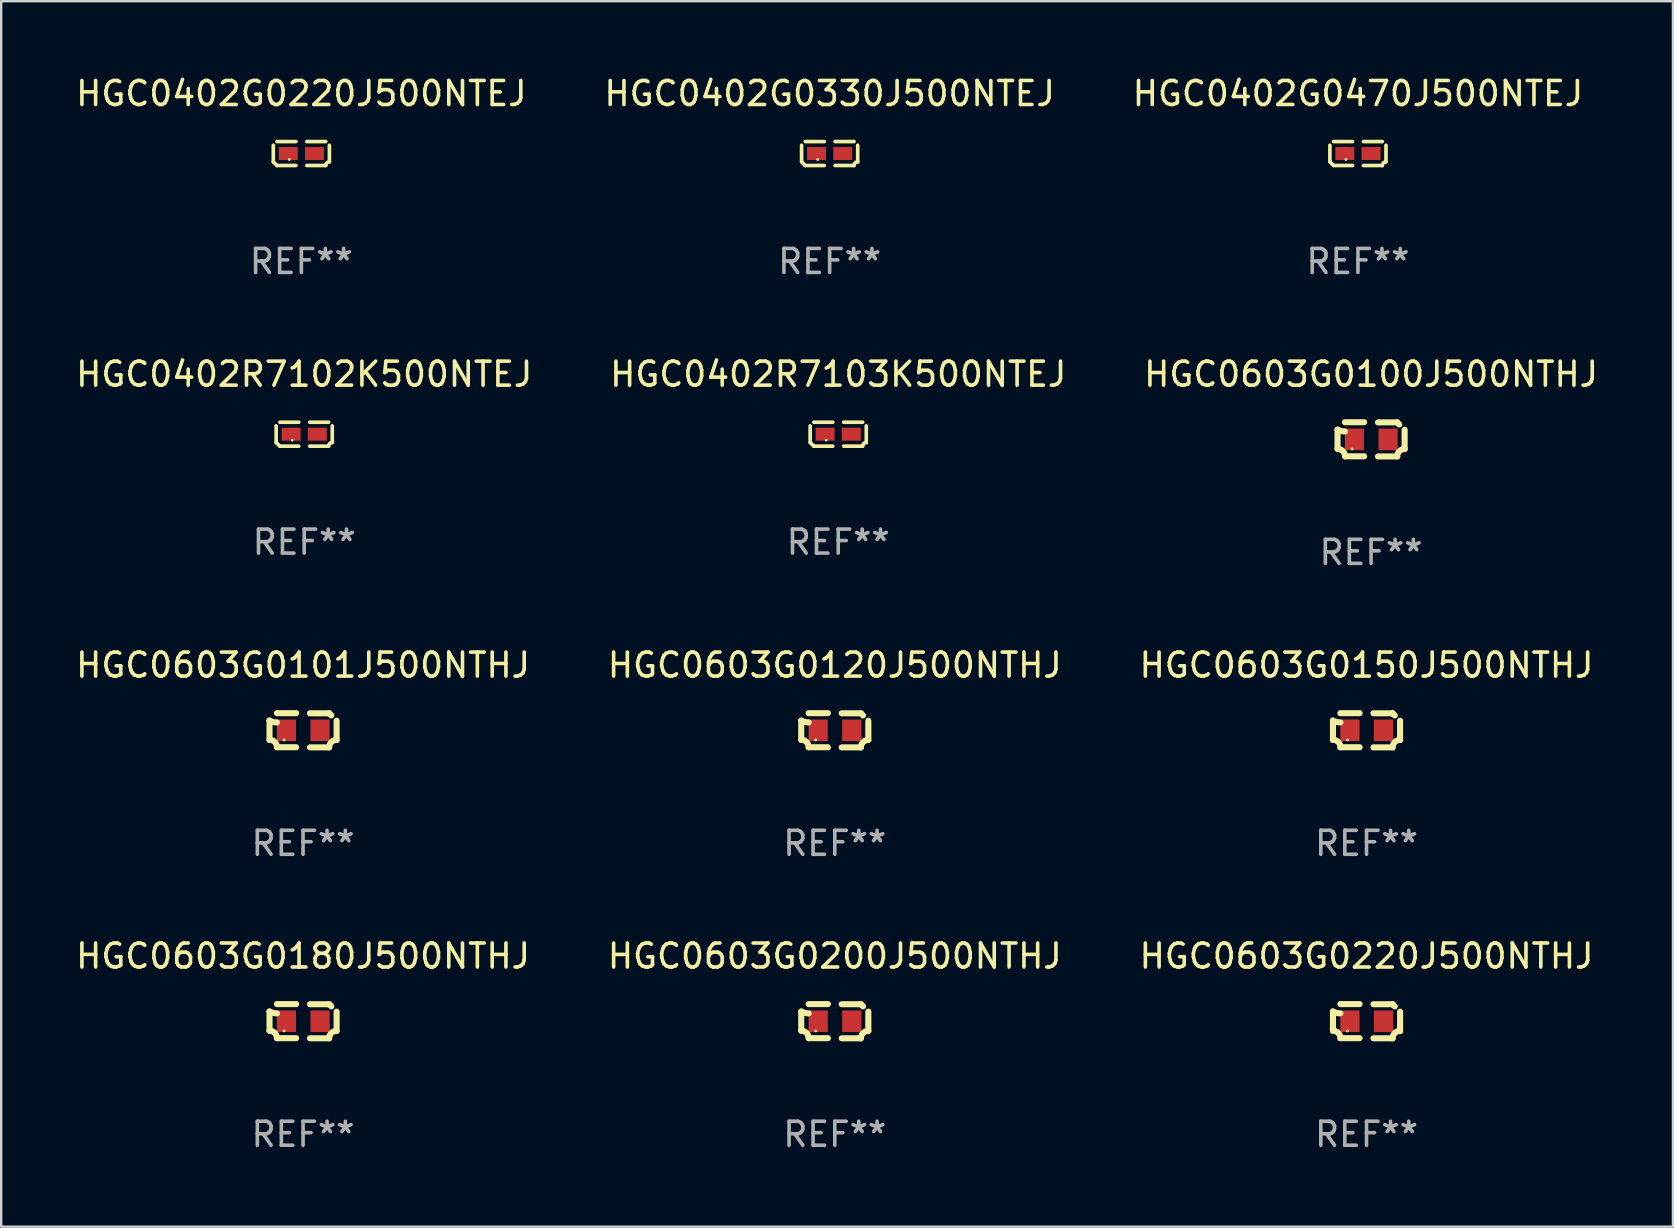
<source format=kicad_pcb>
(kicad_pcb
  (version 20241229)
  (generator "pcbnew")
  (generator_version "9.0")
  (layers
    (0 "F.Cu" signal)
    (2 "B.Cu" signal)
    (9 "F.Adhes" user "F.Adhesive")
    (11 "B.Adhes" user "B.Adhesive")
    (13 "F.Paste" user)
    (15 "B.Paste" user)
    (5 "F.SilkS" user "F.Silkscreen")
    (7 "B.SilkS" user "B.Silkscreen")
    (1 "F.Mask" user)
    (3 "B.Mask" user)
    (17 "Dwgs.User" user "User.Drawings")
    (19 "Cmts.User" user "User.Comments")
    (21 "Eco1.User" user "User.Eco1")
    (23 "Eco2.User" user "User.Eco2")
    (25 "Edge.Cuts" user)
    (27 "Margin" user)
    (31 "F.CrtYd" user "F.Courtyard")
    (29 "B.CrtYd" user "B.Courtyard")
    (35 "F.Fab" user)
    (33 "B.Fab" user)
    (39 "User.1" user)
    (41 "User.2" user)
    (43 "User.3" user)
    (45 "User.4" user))
  (footprint "HGC0603G0200J500NTHJ"
    (layer "F.Cu")
    (at 31.732 39.499)
    (property "Reference" "HGC0603G0200J500NTHJ" (at 0 -2.713 0) (layer "F.SilkS") (effects (font (size 1 1) (thickness 0.15))))
    (attr through_hole)
    (fp_line (start -1.398 -0.403) (end -1.398 0.397) (stroke (width 0.254) (type solid)) (layer "F.SilkS"))
    (fp_line (start -0.288 -0.713) (end -1.088 -0.713) (stroke (width 0.254) (type solid)) (layer "F.SilkS"))
    (fp_line (start -0.288 0.707) (end -1.088 0.707) (stroke (width 0.254) (type solid)) (layer "F.SilkS"))
    (fp_line (start 0.288 -0.707) (end 1.088 -0.707) (stroke (width 0.254) (type solid)) (layer "F.SilkS"))
    (fp_line (start 0.288 0.713) (end 1.088 0.713) (stroke (width 0.254) (type solid)) (layer "F.SilkS"))
    (fp_line (start 1.398 -0.397) (end 1.398 0.403) (stroke (width 0.254) (type solid)) (layer "F.SilkS"))
    (fp_arc (start -1.397789 0.397066) (mid -1.178701 0.487826) (end -1.08796 0.706922) (stroke (width 0.254001) (type solid)) (layer "F.SilkS"))
    (fp_arc (start -1.08796 -0.327176) (mid -1.247436 -0.346384) (end -1.39779 -0.402908) (stroke (width 0.254001) (type solid)) (layer "F.SilkS"))
    (fp_arc (start 1.087909 0.712738) (mid 1.178656 0.493655) (end 1.397739 0.402908) (stroke (width 0.254001) (type solid)) (layer "F.SilkS"))
    (fp_arc (start 1.175925 -0.618926) (mid 1.131917 -0.662923) (end 1.08791 -0.706922) (stroke (width 0.254001) (type solid)) (layer "F.SilkS"))
    (fp_circle (center -0.792 0.403) (end -0.762 0.403) (stroke (width 0.06) (type solid)) (fill no) (layer "F.SilkS"))
    (fp_text user "REF**" (at 0 4.713 0) (layer "F.Fab") (effects (font (size 1 1) (thickness 0.15))))
    (pad "1" smd rect (at -0.692 0.003) (size 0.8 0.9) (layers "F.Cu" "F.Mask" "F.Paste"))
    (pad "2" smd rect (at 0.708 0.003) (size 0.8 0.9) (layers "F.Cu" "F.Mask" "F.Paste")))
  (footprint "HGC0603G0150J500NTHJ"
    (layer "F.Cu")
    (at 53.887 27.377)
    (property "Reference" "HGC0603G0150J500NTHJ" (at 0 -2.713 0) (layer "F.SilkS") (effects (font (size 1 1) (thickness 0.15))))
    (attr through_hole)
    (fp_line (start -1.398 -0.403) (end -1.398 0.397) (stroke (width 0.254) (type solid)) (layer "F.SilkS"))
    (fp_line (start -0.288 -0.713) (end -1.088 -0.713) (stroke (width 0.254) (type solid)) (layer "F.SilkS"))
    (fp_line (start -0.288 0.707) (end -1.088 0.707) (stroke (width 0.254) (type solid)) (layer "F.SilkS"))
    (fp_line (start 0.288 -0.707) (end 1.088 -0.707) (stroke (width 0.254) (type solid)) (layer "F.SilkS"))
    (fp_line (start 0.288 0.713) (end 1.088 0.713) (stroke (width 0.254) (type solid)) (layer "F.SilkS"))
    (fp_line (start 1.398 -0.397) (end 1.398 0.403) (stroke (width 0.254) (type solid)) (layer "F.SilkS"))
    (fp_arc (start -1.397789 0.397066) (mid -1.178701 0.487826) (end -1.08796 0.706922) (stroke (width 0.254001) (type solid)) (layer "F.SilkS"))
    (fp_arc (start -1.08796 -0.327176) (mid -1.247436 -0.346384) (end -1.39779 -0.402908) (stroke (width 0.254001) (type solid)) (layer "F.SilkS"))
    (fp_arc (start 1.087909 0.712738) (mid 1.178656 0.493655) (end 1.397739 0.402908) (stroke (width 0.254001) (type solid)) (layer "F.SilkS"))
    (fp_arc (start 1.175925 -0.618926) (mid 1.131917 -0.662923) (end 1.08791 -0.706922) (stroke (width 0.254001) (type solid)) (layer "F.SilkS"))
    (fp_circle (center -0.792 0.403) (end -0.762 0.403) (stroke (width 0.06) (type solid)) (fill no) (layer "F.SilkS"))
    (fp_text user "REF**" (at 0 4.713 0) (layer "F.Fab") (effects (font (size 1 1) (thickness 0.15))))
    (pad "1" smd rect (at -0.692 0.003) (size 0.8 0.9) (layers "F.Cu" "F.Mask" "F.Paste"))
    (pad "2" smd rect (at 0.708 0.003) (size 0.8 0.9) (layers "F.Cu" "F.Mask" "F.Paste")))
  (footprint "HGC0603G0101J500NTHJ"
    (layer "F.Cu")
    (at 9.577 27.377)
    (property "Reference" "HGC0603G0101J500NTHJ" (at 0 -2.713 0) (layer "F.SilkS") (effects (font (size 1 1) (thickness 0.15))))
    (attr through_hole)
    (fp_line (start -1.398 -0.403) (end -1.398 0.397) (stroke (width 0.254) (type solid)) (layer "F.SilkS"))
    (fp_line (start -0.288 -0.713) (end -1.088 -0.713) (stroke (width 0.254) (type solid)) (layer "F.SilkS"))
    (fp_line (start -0.288 0.707) (end -1.088 0.707) (stroke (width 0.254) (type solid)) (layer "F.SilkS"))
    (fp_line (start 0.288 -0.707) (end 1.088 -0.707) (stroke (width 0.254) (type solid)) (layer "F.SilkS"))
    (fp_line (start 0.288 0.713) (end 1.088 0.713) (stroke (width 0.254) (type solid)) (layer "F.SilkS"))
    (fp_line (start 1.398 -0.397) (end 1.398 0.403) (stroke (width 0.254) (type solid)) (layer "F.SilkS"))
    (fp_arc (start -1.397789 0.397066) (mid -1.178701 0.487826) (end -1.08796 0.706922) (stroke (width 0.254001) (type solid)) (layer "F.SilkS"))
    (fp_arc (start -1.08796 -0.327176) (mid -1.247436 -0.346384) (end -1.39779 -0.402908) (stroke (width 0.254001) (type solid)) (layer "F.SilkS"))
    (fp_arc (start 1.087909 0.712738) (mid 1.178656 0.493655) (end 1.397739 0.402908) (stroke (width 0.254001) (type solid)) (layer "F.SilkS"))
    (fp_arc (start 1.175925 -0.618926) (mid 1.131917 -0.662923) (end 1.08791 -0.706922) (stroke (width 0.254001) (type solid)) (layer "F.SilkS"))
    (fp_circle (center -0.792 0.403) (end -0.762 0.403) (stroke (width 0.06) (type solid)) (fill no) (layer "F.SilkS"))
    (fp_text user "REF**" (at 0 4.713 0) (layer "F.Fab") (effects (font (size 1 1) (thickness 0.15))))
    (pad "1" smd rect (at -0.692 0.003) (size 0.8 0.9) (layers "F.Cu" "F.Mask" "F.Paste"))
    (pad "2" smd rect (at 0.708 0.003) (size 0.8 0.9) (layers "F.Cu" "F.Mask" "F.Paste")))
  (footprint "HGC0402G0220J500NTEJ"
    (layer "F.Cu")
    (at 9.506 3.347)
    (property "Reference" "HGC0402G0220J500NTEJ" (at 0 -2.499 0) (layer "F.SilkS") (effects (font (size 1 1) (thickness 0.15))))
    (attr through_hole)
    (fp_line (start -1.169 0.346) (end -1.169 -0.346) (stroke (width 0.152) (type solid)) (layer "F.SilkS"))
    (fp_line (start -1.016 -0.499) (end -0.226 -0.499) (stroke (width 0.152) (type solid)) (layer "F.SilkS"))
    (fp_line (start -0.226 0.499) (end -1.016 0.499) (stroke (width 0.152) (type solid)) (layer "F.SilkS"))
    (fp_line (start 0.226 0.499) (end 1.016 0.499) (stroke (width 0.152) (type solid)) (layer "F.SilkS"))
    (fp_line (start 1.016 -0.499) (end 0.226 -0.499) (stroke (width 0.152) (type solid)) (layer "F.SilkS"))
    (fp_line (start 1.169 0.346) (end 1.169 -0.346) (stroke (width 0.152) (type solid)) (layer "F.SilkS"))
    (fp_arc (start -1.016307 0.498603) (mid -1.092512 0.422405) (end -1.16871 0.3462) (stroke (width 0.1524) (type solid)) (layer "F.SilkS"))
    (fp_arc (start 1.016307 0.498603) (mid 1.060899 0.390758) (end 1.168707 0.346076) (stroke (width 0.1524) (type solid)) (layer "F.SilkS"))
    (fp_circle (center -0.5 0.25) (end -0.47 0.25) (stroke (width 0.06) (type solid)) (fill no) (layer "F.SilkS"))
    (fp_text user "REF**" (at 0 4.499 0) (layer "F.Fab") (effects (font (size 1 1) (thickness 0.15))))
    (pad "1" smd rect (at -0.545 0) (size 0.79 0.54) (layers "F.Cu" "F.Mask" "F.Paste"))
    (pad "2" smd rect (at 0.545 0) (size 0.79 0.54) (layers "F.Cu" "F.Mask" "F.Paste")))
  (footprint "HGC0402G0330J500NTEJ"
    (layer "F.Cu")
    (at 31.518 3.347)
    (property "Reference" "HGC0402G0330J500NTEJ" (at 0 -2.499 0) (layer "F.SilkS") (effects (font (size 1 1) (thickness 0.15))))
    (attr through_hole)
    (fp_line (start -1.169 0.346) (end -1.169 -0.346) (stroke (width 0.152) (type solid)) (layer "F.SilkS"))
    (fp_line (start -1.016 -0.499) (end -0.226 -0.499) (stroke (width 0.152) (type solid)) (layer "F.SilkS"))
    (fp_line (start -0.226 0.499) (end -1.016 0.499) (stroke (width 0.152) (type solid)) (layer "F.SilkS"))
    (fp_line (start 0.226 0.499) (end 1.016 0.499) (stroke (width 0.152) (type solid)) (layer "F.SilkS"))
    (fp_line (start 1.016 -0.499) (end 0.226 -0.499) (stroke (width 0.152) (type solid)) (layer "F.SilkS"))
    (fp_line (start 1.169 0.346) (end 1.169 -0.346) (stroke (width 0.152) (type solid)) (layer "F.SilkS"))
    (fp_arc (start -1.016307 0.498603) (mid -1.092512 0.422405) (end -1.16871 0.3462) (stroke (width 0.1524) (type solid)) (layer "F.SilkS"))
    (fp_arc (start 1.016307 0.498603) (mid 1.060899 0.390758) (end 1.168707 0.346076) (stroke (width 0.1524) (type solid)) (layer "F.SilkS"))
    (fp_circle (center -0.5 0.25) (end -0.47 0.25) (stroke (width 0.06) (type solid)) (fill no) (layer "F.SilkS"))
    (fp_text user "REF**" (at 0 4.499 0) (layer "F.Fab") (effects (font (size 1 1) (thickness 0.15))))
    (pad "1" smd rect (at -0.545 0) (size 0.79 0.54) (layers "F.Cu" "F.Mask" "F.Paste"))
    (pad "2" smd rect (at 0.545 0) (size 0.79 0.54) (layers "F.Cu" "F.Mask" "F.Paste")))
  (footprint "HGC0402R7103K500NTEJ"
    (layer "F.Cu")
    (at 31.875 15.041)
    (property "Reference" "HGC0402R7103K500NTEJ" (at 0 -2.499 0) (layer "F.SilkS") (effects (font (size 1 1) (thickness 0.15))))
    (attr through_hole)
    (fp_line (start -1.169 0.346) (end -1.169 -0.346) (stroke (width 0.152) (type solid)) (layer "F.SilkS"))
    (fp_line (start -1.016 -0.499) (end -0.226 -0.499) (stroke (width 0.152) (type solid)) (layer "F.SilkS"))
    (fp_line (start -0.226 0.499) (end -1.016 0.499) (stroke (width 0.152) (type solid)) (layer "F.SilkS"))
    (fp_line (start 0.226 0.499) (end 1.016 0.499) (stroke (width 0.152) (type solid)) (layer "F.SilkS"))
    (fp_line (start 1.016 -0.499) (end 0.226 -0.499) (stroke (width 0.152) (type solid)) (layer "F.SilkS"))
    (fp_line (start 1.169 0.346) (end 1.169 -0.346) (stroke (width 0.152) (type solid)) (layer "F.SilkS"))
    (fp_arc (start -1.016307 0.498603) (mid -1.092512 0.422405) (end -1.16871 0.3462) (stroke (width 0.1524) (type solid)) (layer "F.SilkS"))
    (fp_arc (start 1.016307 0.498603) (mid 1.060899 0.390758) (end 1.168707 0.346076) (stroke (width 0.1524) (type solid)) (layer "F.SilkS"))
    (fp_circle (center -0.5 0.25) (end -0.47 0.25) (stroke (width 0.06) (type solid)) (fill no) (layer "F.SilkS"))
    (fp_text user "REF**" (at 0 4.499 0) (layer "F.Fab") (effects (font (size 1 1) (thickness 0.15))))
    (pad "1" smd rect (at -0.545 0) (size 0.79 0.54) (layers "F.Cu" "F.Mask" "F.Paste"))
    (pad "2" smd rect (at 0.545 0) (size 0.79 0.54) (layers "F.Cu" "F.Mask" "F.Paste")))
  (footprint "HGC0603G0100J500NTHJ"
    (layer "F.Cu")
    (at 54.077 15.255)
    (property "Reference" "HGC0603G0100J500NTHJ" (at 0 -2.713 0) (layer "F.SilkS") (effects (font (size 1 1) (thickness 0.15))))
    (attr through_hole)
    (fp_line (start -1.398 -0.403) (end -1.398 0.397) (stroke (width 0.254) (type solid)) (layer "F.SilkS"))
    (fp_line (start -0.288 -0.713) (end -1.088 -0.713) (stroke (width 0.254) (type solid)) (layer "F.SilkS"))
    (fp_line (start -0.288 0.707) (end -1.088 0.707) (stroke (width 0.254) (type solid)) (layer "F.SilkS"))
    (fp_line (start 0.288 -0.707) (end 1.088 -0.707) (stroke (width 0.254) (type solid)) (layer "F.SilkS"))
    (fp_line (start 0.288 0.713) (end 1.088 0.713) (stroke (width 0.254) (type solid)) (layer "F.SilkS"))
    (fp_line (start 1.398 -0.397) (end 1.398 0.403) (stroke (width 0.254) (type solid)) (layer "F.SilkS"))
    (fp_arc (start -1.397789 0.397066) (mid -1.178701 0.487826) (end -1.08796 0.706922) (stroke (width 0.254001) (type solid)) (layer "F.SilkS"))
    (fp_arc (start -1.08796 -0.327176) (mid -1.247436 -0.346384) (end -1.39779 -0.402908) (stroke (width 0.254001) (type solid)) (layer "F.SilkS"))
    (fp_arc (start 1.087909 0.712738) (mid 1.178656 0.493655) (end 1.397739 0.402908) (stroke (width 0.254001) (type solid)) (layer "F.SilkS"))
    (fp_arc (start 1.175925 -0.618926) (mid 1.131917 -0.662923) (end 1.08791 -0.706922) (stroke (width 0.254001) (type solid)) (layer "F.SilkS"))
    (fp_circle (center -0.792 0.403) (end -0.762 0.403) (stroke (width 0.06) (type solid)) (fill no) (layer "F.SilkS"))
    (fp_text user "REF**" (at 0 4.713 0) (layer "F.Fab") (effects (font (size 1 1) (thickness 0.15))))
    (pad "1" smd rect (at -0.692 0.003) (size 0.8 0.9) (layers "F.Cu" "F.Mask" "F.Paste"))
    (pad "2" smd rect (at 0.708 0.003) (size 0.8 0.9) (layers "F.Cu" "F.Mask" "F.Paste")))
  (footprint "HGC0603G0180J500NTHJ"
    (layer "F.Cu")
    (at 9.577 39.499)
    (property "Reference" "HGC0603G0180J500NTHJ" (at 0 -2.713 0) (layer "F.SilkS") (effects (font (size 1 1) (thickness 0.15))))
    (attr through_hole)
    (fp_line (start -1.398 -0.403) (end -1.398 0.397) (stroke (width 0.254) (type solid)) (layer "F.SilkS"))
    (fp_line (start -0.288 -0.713) (end -1.088 -0.713) (stroke (width 0.254) (type solid)) (layer "F.SilkS"))
    (fp_line (start -0.288 0.707) (end -1.088 0.707) (stroke (width 0.254) (type solid)) (layer "F.SilkS"))
    (fp_line (start 0.288 -0.707) (end 1.088 -0.707) (stroke (width 0.254) (type solid)) (layer "F.SilkS"))
    (fp_line (start 0.288 0.713) (end 1.088 0.713) (stroke (width 0.254) (type solid)) (layer "F.SilkS"))
    (fp_line (start 1.398 -0.397) (end 1.398 0.403) (stroke (width 0.254) (type solid)) (layer "F.SilkS"))
    (fp_arc (start -1.397789 0.397066) (mid -1.178701 0.487826) (end -1.08796 0.706922) (stroke (width 0.254001) (type solid)) (layer "F.SilkS"))
    (fp_arc (start -1.08796 -0.327176) (mid -1.247436 -0.346384) (end -1.39779 -0.402908) (stroke (width 0.254001) (type solid)) (layer "F.SilkS"))
    (fp_arc (start 1.087909 0.712738) (mid 1.178656 0.493655) (end 1.397739 0.402908) (stroke (width 0.254001) (type solid)) (layer "F.SilkS"))
    (fp_arc (start 1.175925 -0.618926) (mid 1.131917 -0.662923) (end 1.08791 -0.706922) (stroke (width 0.254001) (type solid)) (layer "F.SilkS"))
    (fp_circle (center -0.792 0.403) (end -0.762 0.403) (stroke (width 0.06) (type solid)) (fill no) (layer "F.SilkS"))
    (fp_text user "REF**" (at 0 4.713 0) (layer "F.Fab") (effects (font (size 1 1) (thickness 0.15))))
    (pad "1" smd rect (at -0.692 0.003) (size 0.8 0.9) (layers "F.Cu" "F.Mask" "F.Paste"))
    (pad "2" smd rect (at 0.708 0.003) (size 0.8 0.9) (layers "F.Cu" "F.Mask" "F.Paste")))
  (footprint "HGC0603G0120J500NTHJ"
    (layer "F.Cu")
    (at 31.732 27.377)
    (property "Reference" "HGC0603G0120J500NTHJ" (at 0 -2.713 0) (layer "F.SilkS") (effects (font (size 1 1) (thickness 0.15))))
    (attr through_hole)
    (fp_line (start -1.398 -0.403) (end -1.398 0.397) (stroke (width 0.254) (type solid)) (layer "F.SilkS"))
    (fp_line (start -0.288 -0.713) (end -1.088 -0.713) (stroke (width 0.254) (type solid)) (layer "F.SilkS"))
    (fp_line (start -0.288 0.707) (end -1.088 0.707) (stroke (width 0.254) (type solid)) (layer "F.SilkS"))
    (fp_line (start 0.288 -0.707) (end 1.088 -0.707) (stroke (width 0.254) (type solid)) (layer "F.SilkS"))
    (fp_line (start 0.288 0.713) (end 1.088 0.713) (stroke (width 0.254) (type solid)) (layer "F.SilkS"))
    (fp_line (start 1.398 -0.397) (end 1.398 0.403) (stroke (width 0.254) (type solid)) (layer "F.SilkS"))
    (fp_arc (start -1.397789 0.397066) (mid -1.178701 0.487826) (end -1.08796 0.706922) (stroke (width 0.254001) (type solid)) (layer "F.SilkS"))
    (fp_arc (start -1.08796 -0.327176) (mid -1.247436 -0.346384) (end -1.39779 -0.402908) (stroke (width 0.254001) (type solid)) (layer "F.SilkS"))
    (fp_arc (start 1.087909 0.712738) (mid 1.178656 0.493655) (end 1.397739 0.402908) (stroke (width 0.254001) (type solid)) (layer "F.SilkS"))
    (fp_arc (start 1.175925 -0.618926) (mid 1.131917 -0.662923) (end 1.08791 -0.706922) (stroke (width 0.254001) (type solid)) (layer "F.SilkS"))
    (fp_circle (center -0.792 0.403) (end -0.762 0.403) (stroke (width 0.06) (type solid)) (fill no) (layer "F.SilkS"))
    (fp_text user "REF**" (at 0 4.713 0) (layer "F.Fab") (effects (font (size 1 1) (thickness 0.15))))
    (pad "1" smd rect (at -0.692 0.003) (size 0.8 0.9) (layers "F.Cu" "F.Mask" "F.Paste"))
    (pad "2" smd rect (at 0.708 0.003) (size 0.8 0.9) (layers "F.Cu" "F.Mask" "F.Paste")))
  (footprint "HGC0402R7102K500NTEJ"
    (layer "F.Cu")
    (at 9.625 15.041)
    (property "Reference" "HGC0402R7102K500NTEJ" (at 0 -2.499 0) (layer "F.SilkS") (effects (font (size 1 1) (thickness 0.15))))
    (attr through_hole)
    (fp_line (start -1.169 0.346) (end -1.169 -0.346) (stroke (width 0.152) (type solid)) (layer "F.SilkS"))
    (fp_line (start -1.016 -0.499) (end -0.226 -0.499) (stroke (width 0.152) (type solid)) (layer "F.SilkS"))
    (fp_line (start -0.226 0.499) (end -1.016 0.499) (stroke (width 0.152) (type solid)) (layer "F.SilkS"))
    (fp_line (start 0.226 0.499) (end 1.016 0.499) (stroke (width 0.152) (type solid)) (layer "F.SilkS"))
    (fp_line (start 1.016 -0.499) (end 0.226 -0.499) (stroke (width 0.152) (type solid)) (layer "F.SilkS"))
    (fp_line (start 1.169 0.346) (end 1.169 -0.346) (stroke (width 0.152) (type solid)) (layer "F.SilkS"))
    (fp_arc (start -1.016307 0.498603) (mid -1.092512 0.422405) (end -1.16871 0.3462) (stroke (width 0.1524) (type solid)) (layer "F.SilkS"))
    (fp_arc (start 1.016307 0.498603) (mid 1.060899 0.390758) (end 1.168707 0.346076) (stroke (width 0.1524) (type solid)) (layer "F.SilkS"))
    (fp_circle (center -0.5 0.25) (end -0.47 0.25) (stroke (width 0.06) (type solid)) (fill no) (layer "F.SilkS"))
    (fp_text user "REF**" (at 0 4.499 0) (layer "F.Fab") (effects (font (size 1 1) (thickness 0.15))))
    (pad "1" smd rect (at -0.545 0) (size 0.79 0.54) (layers "F.Cu" "F.Mask" "F.Paste"))
    (pad "2" smd rect (at 0.545 0) (size 0.79 0.54) (layers "F.Cu" "F.Mask" "F.Paste")))
  (footprint "HGC0402G0470J500NTEJ"
    (layer "F.Cu")
    (at 53.53 3.347)
    (property "Reference" "HGC0402G0470J500NTEJ" (at 0 -2.499 0) (layer "F.SilkS") (effects (font (size 1 1) (thickness 0.15))))
    (attr through_hole)
    (fp_line (start -1.169 0.346) (end -1.169 -0.346) (stroke (width 0.152) (type solid)) (layer "F.SilkS"))
    (fp_line (start -1.016 -0.499) (end -0.226 -0.499) (stroke (width 0.152) (type solid)) (layer "F.SilkS"))
    (fp_line (start -0.226 0.499) (end -1.016 0.499) (stroke (width 0.152) (type solid)) (layer "F.SilkS"))
    (fp_line (start 0.226 0.499) (end 1.016 0.499) (stroke (width 0.152) (type solid)) (layer "F.SilkS"))
    (fp_line (start 1.016 -0.499) (end 0.226 -0.499) (stroke (width 0.152) (type solid)) (layer "F.SilkS"))
    (fp_line (start 1.169 0.346) (end 1.169 -0.346) (stroke (width 0.152) (type solid)) (layer "F.SilkS"))
    (fp_arc (start -1.016307 0.498603) (mid -1.092512 0.422405) (end -1.16871 0.3462) (stroke (width 0.1524) (type solid)) (layer "F.SilkS"))
    (fp_arc (start 1.016307 0.498603) (mid 1.060899 0.390758) (end 1.168707 0.346076) (stroke (width 0.1524) (type solid)) (layer "F.SilkS"))
    (fp_circle (center -0.5 0.25) (end -0.47 0.25) (stroke (width 0.06) (type solid)) (fill no) (layer "F.SilkS"))
    (fp_text user "REF**" (at 0 4.499 0) (layer "F.Fab") (effects (font (size 1 1) (thickness 0.15))))
    (pad "1" smd rect (at -0.545 0) (size 0.79 0.54) (layers "F.Cu" "F.Mask" "F.Paste"))
    (pad "2" smd rect (at 0.545 0) (size 0.79 0.54) (layers "F.Cu" "F.Mask" "F.Paste")))
  (footprint "HGC0603G0220J500NTHJ"
    (layer "F.Cu")
    (at 53.887 39.499)
    (property "Reference" "HGC0603G0220J500NTHJ" (at 0 -2.713 0) (layer "F.SilkS") (effects (font (size 1 1) (thickness 0.15))))
    (attr through_hole)
    (fp_line (start -1.398 -0.403) (end -1.398 0.397) (stroke (width 0.254) (type solid)) (layer "F.SilkS"))
    (fp_line (start -0.288 -0.713) (end -1.088 -0.713) (stroke (width 0.254) (type solid)) (layer "F.SilkS"))
    (fp_line (start -0.288 0.707) (end -1.088 0.707) (stroke (width 0.254) (type solid)) (layer "F.SilkS"))
    (fp_line (start 0.288 -0.707) (end 1.088 -0.707) (stroke (width 0.254) (type solid)) (layer "F.SilkS"))
    (fp_line (start 0.288 0.713) (end 1.088 0.713) (stroke (width 0.254) (type solid)) (layer "F.SilkS"))
    (fp_line (start 1.398 -0.397) (end 1.398 0.403) (stroke (width 0.254) (type solid)) (layer "F.SilkS"))
    (fp_arc (start -1.397789 0.397066) (mid -1.178701 0.487826) (end -1.08796 0.706922) (stroke (width 0.254001) (type solid)) (layer "F.SilkS"))
    (fp_arc (start -1.08796 -0.327176) (mid -1.247436 -0.346384) (end -1.39779 -0.402908) (stroke (width 0.254001) (type solid)) (layer "F.SilkS"))
    (fp_arc (start 1.087909 0.712738) (mid 1.178656 0.493655) (end 1.397739 0.402908) (stroke (width 0.254001) (type solid)) (layer "F.SilkS"))
    (fp_arc (start 1.175925 -0.618926) (mid 1.131917 -0.662923) (end 1.08791 -0.706922) (stroke (width 0.254001) (type solid)) (layer "F.SilkS"))
    (fp_circle (center -0.792 0.403) (end -0.762 0.403) (stroke (width 0.06) (type solid)) (fill no) (layer "F.SilkS"))
    (fp_text user "REF**" (at 0 4.713 0) (layer "F.Fab") (effects (font (size 1 1) (thickness 0.15))))
    (pad "1" smd rect (at -0.692 0.003) (size 0.8 0.9) (layers "F.Cu" "F.Mask" "F.Paste"))
    (pad "2" smd rect (at 0.708 0.003) (size 0.8 0.9) (layers "F.Cu" "F.Mask" "F.Paste")))
  (gr_rect
    (start -3 -3)
    (end 66.655 48.06)
    (stroke (width 0.1) (type default))
    (fill no)
    (layer "Edge.Cuts")))
</source>
